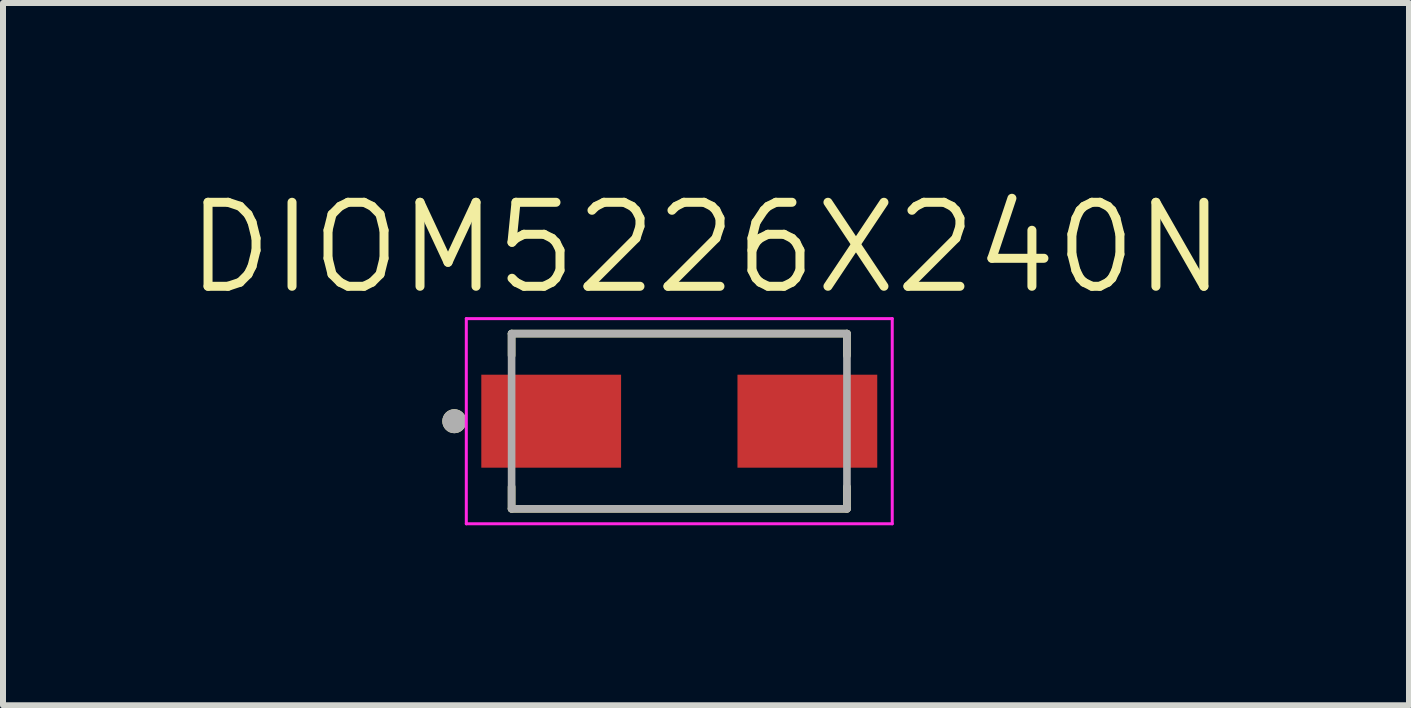
<source format=kicad_pcb>
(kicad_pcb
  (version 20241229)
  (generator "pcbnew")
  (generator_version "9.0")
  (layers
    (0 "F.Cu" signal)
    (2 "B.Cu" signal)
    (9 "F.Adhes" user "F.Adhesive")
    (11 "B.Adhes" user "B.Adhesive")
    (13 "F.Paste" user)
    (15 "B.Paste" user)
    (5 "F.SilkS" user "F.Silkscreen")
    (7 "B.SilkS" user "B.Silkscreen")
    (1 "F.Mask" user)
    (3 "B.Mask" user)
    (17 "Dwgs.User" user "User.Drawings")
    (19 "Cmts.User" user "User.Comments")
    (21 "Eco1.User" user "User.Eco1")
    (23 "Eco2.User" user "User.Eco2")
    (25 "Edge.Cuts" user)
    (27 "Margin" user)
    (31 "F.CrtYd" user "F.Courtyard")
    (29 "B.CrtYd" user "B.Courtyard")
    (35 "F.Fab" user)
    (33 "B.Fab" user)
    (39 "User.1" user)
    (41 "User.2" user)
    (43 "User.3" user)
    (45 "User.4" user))
  (footprint "DIOM5226X240N"
    (layer "F.Cu")
    (at 8.273 3.971)
    (property "Reference" "DIOM5226X240N" (at 0.445 -2.889 0) (layer "F.SilkS") (effects (font (size 1.4 1.4) (thickness 0.15))))
    (attr through_hole)
    (fp_line (start -2.795 -1.46) (end 2.795 -1.46) (stroke (width 0.127) (type solid)) (layer "F.SilkS"))
    (fp_line (start -2.795 -1.095) (end -2.795 -1.46) (stroke (width 0.127) (type solid)) (layer "F.SilkS"))
    (fp_line (start -2.795 1.46) (end -2.795 1.095) (stroke (width 0.127) (type solid)) (layer "F.SilkS"))
    (fp_line (start 2.795 -1.46) (end 2.795 -1.095) (stroke (width 0.127) (type solid)) (layer "F.SilkS"))
    (fp_line (start 2.795 1.095) (end 2.795 1.46) (stroke (width 0.127) (type solid)) (layer "F.SilkS"))
    (fp_line (start 2.795 1.46) (end -2.795 1.46) (stroke (width 0.127) (type solid)) (layer "F.SilkS"))
    (fp_circle (center -3.75 0) (end -3.65 0) (stroke (width 0.2) (type solid)) (fill no) (layer "F.SilkS"))
    (fp_line (start -3.55 -1.71) (end 3.55 -1.71) (stroke (width 0.05) (type solid)) (layer "F.CrtYd"))
    (fp_line (start -3.55 1.71) (end -3.55 -1.71) (stroke (width 0.05) (type solid)) (layer "F.CrtYd"))
    (fp_line (start 3.55 -1.71) (end 3.55 1.71) (stroke (width 0.05) (type solid)) (layer "F.CrtYd"))
    (fp_line (start 3.55 1.71) (end -3.55 1.71) (stroke (width 0.05) (type solid)) (layer "F.CrtYd"))
    (fp_line (start -2.795 -1.46) (end 2.795 -1.46) (stroke (width 0.127) (type solid)) (layer "F.Fab"))
    (fp_line (start -2.795 1.46) (end -2.795 -1.46) (stroke (width 0.127) (type solid)) (layer "F.Fab"))
    (fp_line (start 2.795 -1.46) (end 2.795 1.46) (stroke (width 0.127) (type solid)) (layer "F.Fab"))
    (fp_line (start 2.795 1.46) (end -2.795 1.46) (stroke (width 0.127) (type solid)) (layer "F.Fab"))
    (fp_circle (center -3.75 0) (end -3.65 0) (stroke (width 0.2) (type solid)) (fill no) (layer "F.Fab"))
    (pad "A" smd rect (at 2.135 0) (size 2.33 1.55) (layers "F.Cu" "F.Mask" "F.Paste"))
    (pad "C" smd rect (at -2.135 0) (size 2.33 1.55) (layers "F.Cu" "F.Mask" "F.Paste")))
  (gr_rect
    (start -3 -3)
    (end 20.437 8.706)
    (stroke (width 0.1) (type default))
    (fill no)
    (layer "Edge.Cuts")))
</source>
